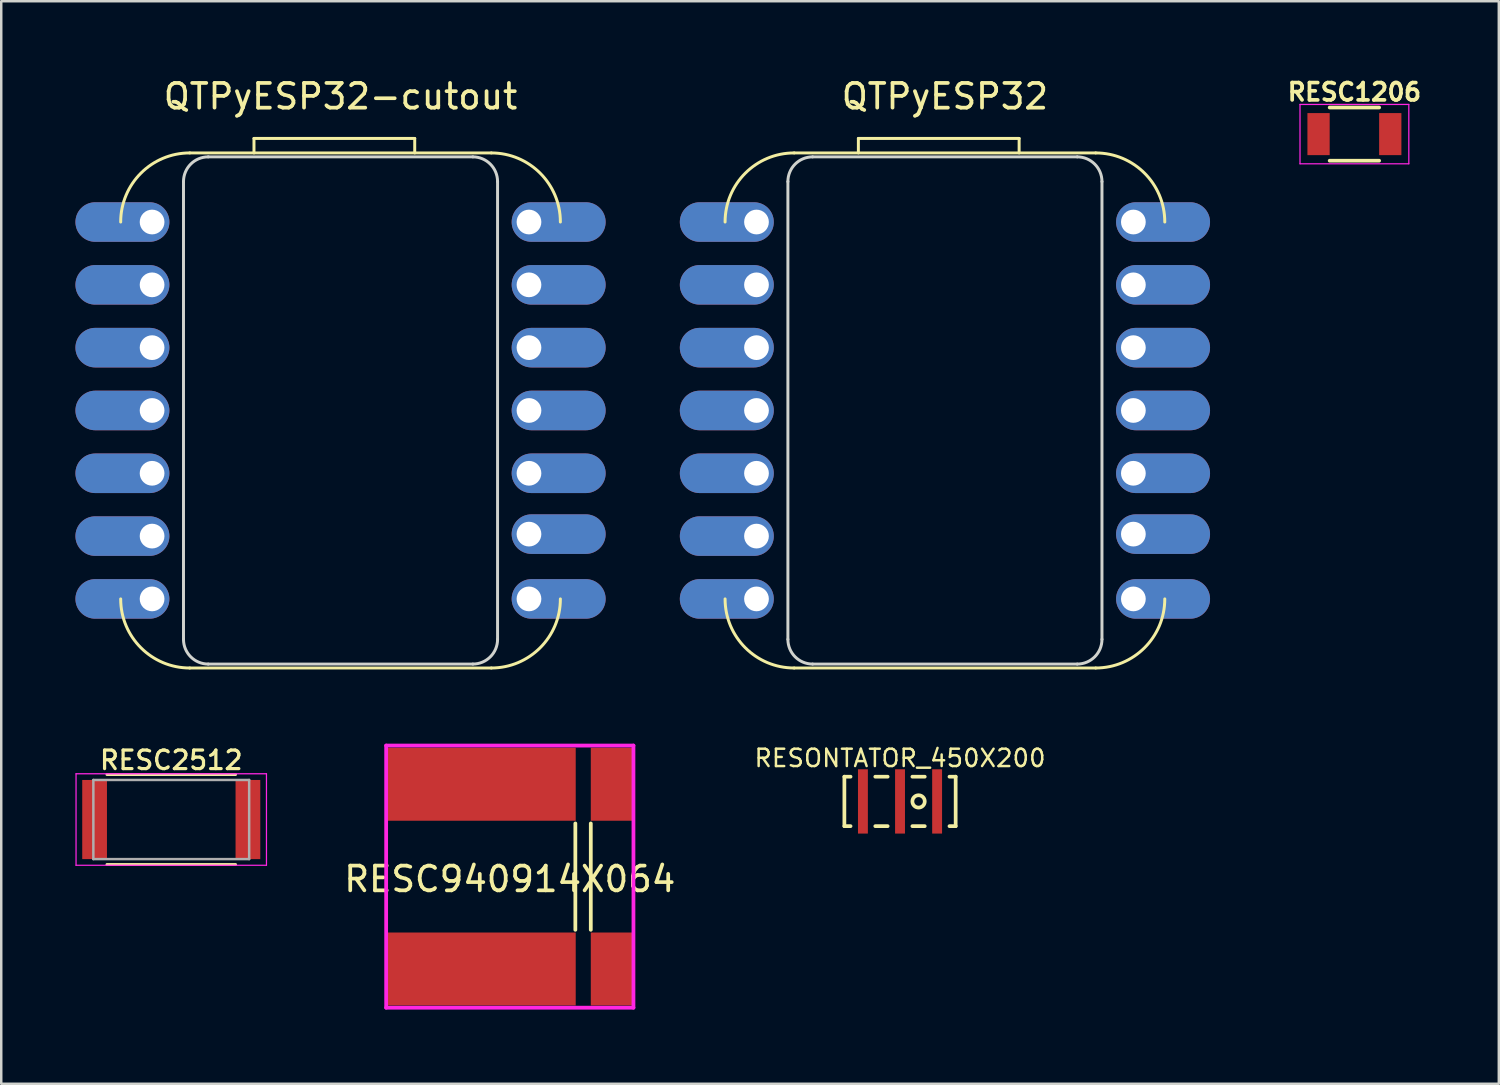
<source format=kicad_pcb>
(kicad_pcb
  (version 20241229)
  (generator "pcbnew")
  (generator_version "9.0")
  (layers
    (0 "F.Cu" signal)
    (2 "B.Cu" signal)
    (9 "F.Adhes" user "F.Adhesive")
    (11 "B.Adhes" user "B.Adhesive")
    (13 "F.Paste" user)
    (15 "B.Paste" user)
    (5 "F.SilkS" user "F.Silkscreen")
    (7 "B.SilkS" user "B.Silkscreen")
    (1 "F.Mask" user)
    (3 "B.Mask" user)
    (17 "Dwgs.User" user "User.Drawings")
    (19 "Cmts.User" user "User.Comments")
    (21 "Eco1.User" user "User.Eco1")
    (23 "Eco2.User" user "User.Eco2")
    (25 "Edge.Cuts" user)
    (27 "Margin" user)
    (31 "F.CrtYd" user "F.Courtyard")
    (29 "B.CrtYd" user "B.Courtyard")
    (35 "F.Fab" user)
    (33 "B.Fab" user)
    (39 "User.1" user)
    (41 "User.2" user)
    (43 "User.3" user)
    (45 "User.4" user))
  (footprint "RESC1206"
    (layer "F.Cu")
    (at 51.718 2.373)
    (property "Reference" "RESC1206" (at 0 -1.7 0) (layer "F.SilkS") (effects (font (size 0.7 0.7) (thickness 0.15))))
    (attr smd)
    (fp_line (start -1 -1.075) (end 1 -1.075) (stroke (width 0.15) (type solid)) (layer "F.SilkS"))
    (fp_line (start 1 1.075) (end -1 1.075) (stroke (width 0.15) (type solid)) (layer "F.SilkS"))
    (fp_line (start -2.2 -1.2) (end -2.2 1.2) (stroke (width 0.05) (type solid)) (layer "F.CrtYd"))
    (fp_line (start -2.2 -1.2) (end 2.2 -1.2) (stroke (width 0.05) (type solid)) (layer "F.CrtYd"))
    (fp_line (start -2.2 1.2) (end 2.2 1.2) (stroke (width 0.05) (type solid)) (layer "F.CrtYd"))
    (fp_line (start 2.2 -1.2) (end 2.2 1.2) (stroke (width 0.05) (type solid)) (layer "F.CrtYd"))
    (pad "1" smd rect (at -1.45 0) (size 0.9 1.7) (layers "F.Cu" "F.Mask" "F.Paste"))
    (pad "2" smd rect (at 1.45 0) (size 0.9 1.7) (layers "F.Cu" "F.Mask" "F.Paste")))
  (footprint "RESONTATOR_450X200"
    (layer "F.Cu")
    (at 33.344 29.357)
    (property "Reference" "RESONTATOR_450X200" (at 0 -1.75 0) (layer "F.SilkS") (effects (font (size 0.7 0.7) (thickness 0.1))))
    (attr through_hole)
    (fp_line (start -2.25 -1) (end -2.25 1) (stroke (width 0.15) (type solid)) (layer "F.SilkS"))
    (fp_line (start -2 -1) (end -2.25 -1) (stroke (width 0.15) (type solid)) (layer "F.SilkS"))
    (fp_line (start -2 1) (end -2.25 1) (stroke (width 0.15) (type solid)) (layer "F.SilkS"))
    (fp_line (start -1 -1) (end -0.5 -1) (stroke (width 0.15) (type solid)) (layer "F.SilkS"))
    (fp_line (start -1 1) (end -0.5 1) (stroke (width 0.15) (type solid)) (layer "F.SilkS"))
    (fp_line (start 0.5 -1) (end 1 -1) (stroke (width 0.15) (type solid)) (layer "F.SilkS"))
    (fp_line (start 0.5 1) (end 1 1) (stroke (width 0.15) (type solid)) (layer "F.SilkS"))
    (fp_line (start 2 -1) (end 2.25 -1) (stroke (width 0.15) (type solid)) (layer "F.SilkS"))
    (fp_line (start 2 1) (end 2.25 1) (stroke (width 0.15) (type solid)) (layer "F.SilkS"))
    (fp_line (start 2.25 -1) (end 2.25 1) (stroke (width 0.15) (type solid)) (layer "F.SilkS"))
    (fp_circle (center 0.75 0) (end 1 0) (stroke (width 0.15) (type solid)) (fill no) (layer "F.SilkS"))
    (pad "1" smd rect (at 1.5 0) (size 0.4 2.6) (layers "F.Cu" "F.Mask" "F.Paste"))
    (pad "2" smd rect (at 0 0) (size 0.4 2.6) (layers "F.Cu" "F.Mask" "F.Paste"))
    (pad "3" smd rect (at -1.5 0) (size 0.4 2.6) (layers "F.Cu" "F.Mask" "F.Paste")))
  (footprint "QTPyESP32-cutout"
    (layer "F.Cu")
    (at 10.72 13.548)
    (property "Reference" "QTPyESP32-cutout" (at 0 -12.7 0) (unlocked yes) (layer "F.SilkS") (effects (font (size 1 1) (thickness 0.15))))
    (attr through_hole)
    (fp_line (start -6.096 -10.414) (end 6.096 -10.414) (stroke (width 0.12) (type solid)) (layer "F.SilkS"))
    (fp_line (start -6.096 10.414) (end 6.096 10.414) (stroke (width 0.12) (type solid)) (layer "F.SilkS"))
    (fp_line (start -3.5 -11) (end 3 -11) (stroke (width 0.12) (type solid)) (layer "F.SilkS"))
    (fp_line (start -3.5 -10.414) (end -3.5 -11) (stroke (width 0.12) (type solid)) (layer "F.SilkS"))
    (fp_line (start 3 -11) (end 3 -10.414) (stroke (width 0.12) (type solid)) (layer "F.SilkS"))
    (fp_arc (start -8.89 -7.62) (mid -8.071656 -9.595656) (end -6.096 -10.414) (stroke (width 0.12) (type solid)) (layer "F.SilkS"))
    (fp_arc (start -6.096 10.414) (mid -8.071656 9.595656) (end -8.89 7.62) (stroke (width 0.12) (type solid)) (layer "F.SilkS"))
    (fp_arc (start 6.096 -10.414) (mid 8.071656 -9.595656) (end 8.89 -7.62) (stroke (width 0.12) (type solid)) (layer "F.SilkS"))
    (fp_arc (start 8.89 7.62) (mid 8.071656 9.595656) (end 6.096 10.414) (stroke (width 0.12) (type solid)) (layer "F.SilkS"))
    (fp_line (start -6.35 -9.255) (end -6.35 9.255) (stroke (width 0.12) (type solid)) (layer "Edge.Cuts"))
    (fp_line (start -5.35 -10.255) (end 5.35 -10.255) (stroke (width 0.12) (type solid)) (layer "Edge.Cuts"))
    (fp_line (start 5.35 10.255) (end -5.35 10.255) (stroke (width 0.12) (type solid)) (layer "Edge.Cuts"))
    (fp_line (start 6.35 -9.255) (end 6.35 9.255) (stroke (width 0.12) (type solid)) (layer "Edge.Cuts"))
    (fp_arc (start -6.35 -9.255) (mid -6.057107 -9.962107) (end -5.35 -10.255) (stroke (width 0.12) (type solid)) (layer "Edge.Cuts"))
    (fp_arc (start -5.35 10.255) (mid -6.057107 9.962107) (end -6.35 9.255) (stroke (width 0.12) (type solid)) (layer "Edge.Cuts"))
    (fp_arc (start 5.35 -10.255) (mid 6.057107 -9.962107) (end 6.35 -9.255) (stroke (width 0.12) (type solid)) (layer "Edge.Cuts"))
    (fp_arc (start 6.35 9.255) (mid 6.057107 9.962107) (end 5.35 10.255) (stroke (width 0.12) (type solid)) (layer "Edge.Cuts"))
    (pad "1" thru_hole oval (at -7.62 -7.62) (size 3.8 1.6) (drill 1 (offset -1.2 0)) (layers "*.Cu" "*.Mask"))
    (pad "2" thru_hole oval (at -7.62 -5.08) (size 3.8 1.6) (drill 1 (offset -1.2 0)) (layers "*.Cu" "*.Mask"))
    (pad "3" thru_hole oval (at -7.62 -2.54) (size 3.8 1.6) (drill 1 (offset -1.2 0)) (layers "*.Cu" "*.Mask"))
    (pad "4" thru_hole oval (at -7.62 0) (size 3.8 1.6) (drill 1 (offset -1.2 0)) (layers "*.Cu" "*.Mask"))
    (pad "5" thru_hole oval (at -7.62 2.54) (size 3.8 1.6) (drill 1 (offset -1.2 0)) (layers "*.Cu" "*.Mask"))
    (pad "6" thru_hole oval (at -7.62 5.08) (size 3.8 1.6) (drill 1 (offset -1.2 0)) (layers "*.Cu" "*.Mask"))
    (pad "7" thru_hole oval (at -7.62 7.62) (size 3.8 1.6) (drill 1 (offset -1.2 0)) (layers "*.Cu" "*.Mask"))
    (pad "8" thru_hole oval (at 7.62 7.62) (size 3.8 1.6) (drill 1 (offset 1.2 0)) (layers "*.Cu" "*.Mask"))
    (pad "9" thru_hole oval (at 7.62 5) (size 3.8 1.6) (drill 1 (offset 1.2 0)) (layers "*.Cu" "*.Mask"))
    (pad "10" thru_hole oval (at 7.62 2.54) (size 3.8 1.6) (drill 1 (offset 1.2 0)) (layers "*.Cu" "*.Mask"))
    (pad "11" thru_hole oval (at 7.62 0) (size 3.8 1.6) (drill 1 (offset 1.2 0)) (layers "*.Cu" "*.Mask"))
    (pad "12" thru_hole oval (at 7.62 -2.54) (size 3.8 1.6) (drill 1 (offset 1.2 0)) (layers "*.Cu" "*.Mask"))
    (pad "13" thru_hole oval (at 7.62 -5.08) (size 3.8 1.6) (drill 1 (offset 1.2 0)) (layers "*.Cu" "*.Mask"))
    (pad "14" thru_hole oval (at 7.62 -7.62) (size 3.8 1.6) (drill 1 (offset 1.2 0)) (layers "*.Cu" "*.Mask")))
  (footprint "QTPyESP32"
    (layer "F.Cu")
    (at 35.16 13.548)
    (property "Reference" "QTPyESP32" (at 0 -12.7 0) (unlocked yes) (layer "F.SilkS") (effects (font (size 1 1) (thickness 0.15))))
    (attr through_hole)
    (fp_line (start -6.096 -10.414) (end 6.096 -10.414) (stroke (width 0.12) (type solid)) (layer "F.SilkS"))
    (fp_line (start -6.096 10.414) (end 6.096 10.414) (stroke (width 0.12) (type solid)) (layer "F.SilkS"))
    (fp_line (start -3.5 -11) (end 3 -11) (stroke (width 0.12) (type solid)) (layer "F.SilkS"))
    (fp_line (start -3.5 -10.414) (end -3.5 -11) (stroke (width 0.12) (type solid)) (layer "F.SilkS"))
    (fp_line (start 3 -11) (end 3 -10.414) (stroke (width 0.12) (type solid)) (layer "F.SilkS"))
    (fp_arc (start -8.89 -7.62) (mid -8.071656 -9.595656) (end -6.096 -10.414) (stroke (width 0.12) (type solid)) (layer "F.SilkS"))
    (fp_arc (start -6.096 10.414) (mid -8.071656 9.595656) (end -8.89 7.62) (stroke (width 0.12) (type solid)) (layer "F.SilkS"))
    (fp_arc (start 6.096 -10.414) (mid 8.071656 -9.595656) (end 8.89 -7.62) (stroke (width 0.12) (type solid)) (layer "F.SilkS"))
    (fp_arc (start 8.89 7.62) (mid 8.071656 9.595656) (end 6.096 10.414) (stroke (width 0.12) (type solid)) (layer "F.SilkS"))
    (fp_line (start -6.35 -9.255) (end -6.35 9.255) (stroke (width 0.12) (type solid)) (layer "Edge.Cuts"))
    (fp_line (start -5.35 -10.255) (end 5.35 -10.255) (stroke (width 0.12) (type solid)) (layer "Edge.Cuts"))
    (fp_line (start 5.35 10.255) (end -5.35 10.255) (stroke (width 0.12) (type solid)) (layer "Edge.Cuts"))
    (fp_line (start 6.35 -9.255) (end 6.35 9.255) (stroke (width 0.12) (type solid)) (layer "Edge.Cuts"))
    (fp_arc (start -6.35 -9.255) (mid -6.057107 -9.962107) (end -5.35 -10.255) (stroke (width 0.12) (type solid)) (layer "Edge.Cuts"))
    (fp_arc (start -5.35 10.255) (mid -6.057107 9.962107) (end -6.35 9.255) (stroke (width 0.12) (type solid)) (layer "Edge.Cuts"))
    (fp_arc (start 5.35 -10.255) (mid 6.057107 -9.962107) (end 6.35 -9.255) (stroke (width 0.12) (type solid)) (layer "Edge.Cuts"))
    (fp_arc (start 6.35 9.255) (mid 6.057107 9.962107) (end 5.35 10.255) (stroke (width 0.12) (type solid)) (layer "Edge.Cuts"))
    (pad "1" thru_hole oval (at -7.62 -7.62) (size 3.8 1.6) (drill 1 (offset -1.2 0)) (layers "*.Cu" "*.Mask"))
    (pad "2" thru_hole oval (at -7.62 -5.08) (size 3.8 1.6) (drill 1 (offset -1.2 0)) (layers "*.Cu" "*.Mask"))
    (pad "3" thru_hole oval (at -7.62 -2.54) (size 3.8 1.6) (drill 1 (offset -1.2 0)) (layers "*.Cu" "*.Mask"))
    (pad "4" thru_hole oval (at -7.62 0) (size 3.8 1.6) (drill 1 (offset -1.2 0)) (layers "*.Cu" "*.Mask"))
    (pad "5" thru_hole oval (at -7.62 2.54) (size 3.8 1.6) (drill 1 (offset -1.2 0)) (layers "*.Cu" "*.Mask"))
    (pad "6" thru_hole oval (at -7.62 5.08) (size 3.8 1.6) (drill 1 (offset -1.2 0)) (layers "*.Cu" "*.Mask"))
    (pad "7" thru_hole oval (at -7.62 7.62) (size 3.8 1.6) (drill 1 (offset -1.2 0)) (layers "*.Cu" "*.Mask"))
    (pad "8" thru_hole oval (at 7.62 7.62) (size 3.8 1.6) (drill 1 (offset 1.2 0)) (layers "*.Cu" "*.Mask"))
    (pad "9" thru_hole oval (at 7.62 5) (size 3.8 1.6) (drill 1 (offset 1.2 0)) (layers "*.Cu" "*.Mask"))
    (pad "10" thru_hole oval (at 7.62 2.54) (size 3.8 1.6) (drill 1 (offset 1.2 0)) (layers "*.Cu" "*.Mask"))
    (pad "11" thru_hole oval (at 7.62 0) (size 3.8 1.6) (drill 1 (offset 1.2 0)) (layers "*.Cu" "*.Mask"))
    (pad "12" thru_hole oval (at 7.62 -2.54) (size 3.8 1.6) (drill 1 (offset 1.2 0)) (layers "*.Cu" "*.Mask"))
    (pad "13" thru_hole oval (at 7.62 -5.08) (size 3.8 1.6) (drill 1 (offset 1.2 0)) (layers "*.Cu" "*.Mask"))
    (pad "14" thru_hole oval (at 7.62 -7.62) (size 3.8 1.6) (drill 1 (offset 1.2 0)) (layers "*.Cu" "*.Mask")))
  (footprint "RESC2512"
    (layer "F.Cu")
    (at 3.875 30.089)
    (property "Reference" "RESC2512" (at 0 -2.4 0) (layer "F.SilkS") (effects (font (size 0.75 0.75) (thickness 0.13))))
    (attr smd)
    (fp_line (start -2.6 -1.82) (end 2.6 -1.82) (stroke (width 0.12) (type solid)) (layer "F.SilkS"))
    (fp_line (start 2.6 1.82) (end -2.6 1.82) (stroke (width 0.12) (type solid)) (layer "F.SilkS"))
    (fp_line (start -3.85 -1.85) (end -3.85 1.85) (stroke (width 0.05) (type solid)) (layer "F.CrtYd"))
    (fp_line (start -3.85 -1.85) (end 3.85 -1.85) (stroke (width 0.05) (type solid)) (layer "F.CrtYd"))
    (fp_line (start 3.85 1.85) (end -3.85 1.85) (stroke (width 0.05) (type solid)) (layer "F.CrtYd"))
    (fp_line (start 3.85 1.85) (end 3.85 -1.85) (stroke (width 0.05) (type solid)) (layer "F.CrtYd"))
    (fp_line (start -3.15 -1.6) (end 3.15 -1.6) (stroke (width 0.1) (type solid)) (layer "F.Fab"))
    (fp_line (start -3.15 1.6) (end -3.15 -1.6) (stroke (width 0.1) (type solid)) (layer "F.Fab"))
    (fp_line (start 3.15 -1.6) (end 3.15 1.6) (stroke (width 0.1) (type solid)) (layer "F.Fab"))
    (fp_line (start 3.15 1.6) (end -3.15 1.6) (stroke (width 0.1) (type solid)) (layer "F.Fab"))
    (pad "1" smd rect (at -3.1 0) (size 1 3.2) (layers "F.Cu" "F.Mask" "F.Paste"))
    (pad "2" smd rect (at 3.1 0) (size 1 3.2) (layers "F.Cu" "F.Mask" "F.Paste")))
  (footprint "RESC940914X064"
    (layer "F.Cu")
    (at 17.565 32.398)
    (property "Reference" "RESC940914X064" (at 0 0.1 0) (layer "F.SilkS") (effects (font (size 1 1) (thickness 0.15))))
    (attr through_hole)
    (fp_line (start 2.65 2.15) (end 2.65 -2.15) (stroke (width 0.152) (type solid)) (layer "F.SilkS"))
    (fp_line (start 3.275 -2.15) (end 3.275 2.15) (stroke (width 0.152) (type solid)) (layer "F.SilkS"))
    (fp_line (start -5 -5.3) (end -5 5.3) (stroke (width 0.152) (type solid)) (layer "F.CrtYd"))
    (fp_line (start -5 5.3) (end 5 5.3) (stroke (width 0.152) (type solid)) (layer "F.CrtYd"))
    (fp_line (start 5 -5.3) (end -5 -5.3) (stroke (width 0.152) (type solid)) (layer "F.CrtYd"))
    (fp_line (start 5 5.3) (end 5 -5.3) (stroke (width 0.152) (type solid)) (layer "F.CrtYd"))
    (pad "1" smd rect (at -1.145 3.735) (size 7.62 2.95) (layers "F.Cu" "F.Mask" "F.Paste"))
    (pad "2" smd rect (at -1.145 -3.735) (size 7.62 2.95) (layers "F.Cu" "F.Mask" "F.Paste"))
    (pad "3" smd rect (at 4.115 3.735) (size 1.68 2.95) (layers "F.Cu" "F.Mask" "F.Paste"))
    (pad "4" smd rect (at 4.115 -3.735) (size 1.68 2.95) (layers "F.Cu" "F.Mask" "F.Paste")))
  (gr_rect
    (start -3 -3)
    (end 57.557 40.775)
    (stroke (width 0.1) (type default))
    (fill no)
    (layer "Edge.Cuts")))
</source>
